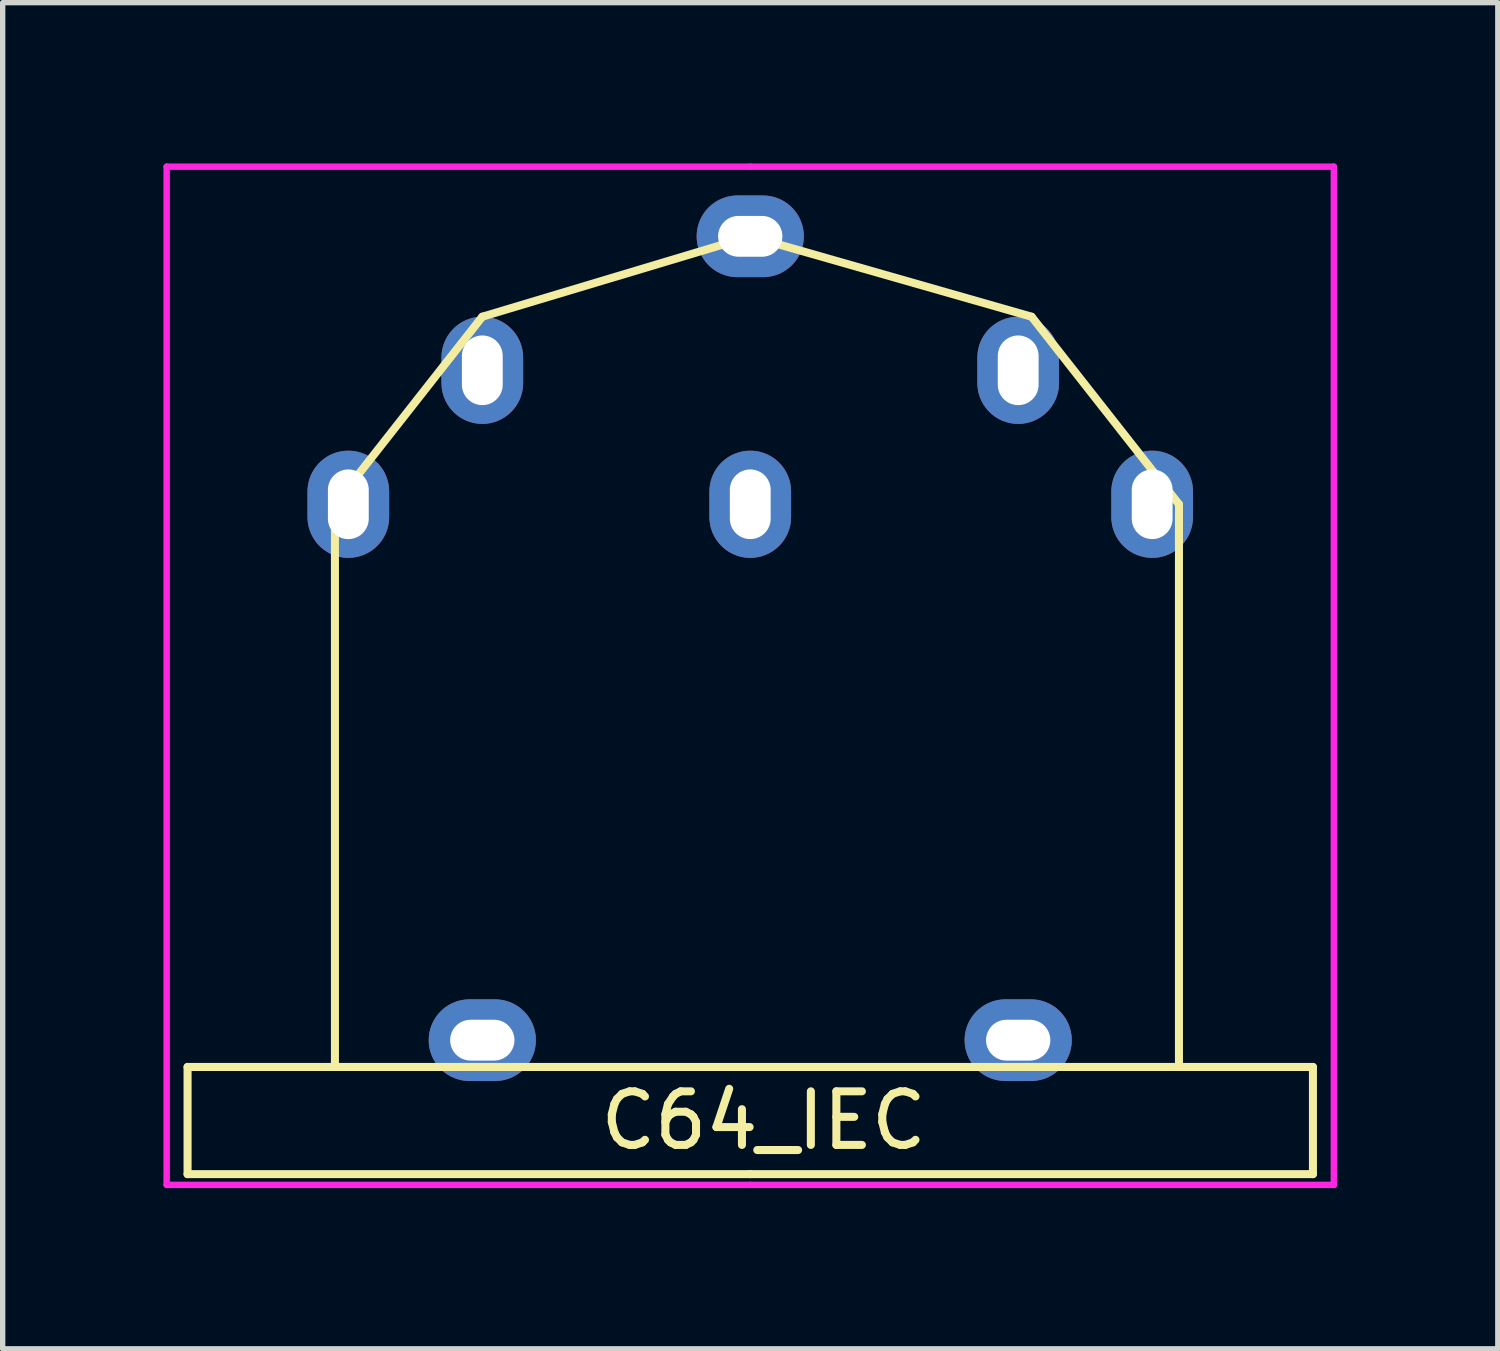
<source format=kicad_pcb>
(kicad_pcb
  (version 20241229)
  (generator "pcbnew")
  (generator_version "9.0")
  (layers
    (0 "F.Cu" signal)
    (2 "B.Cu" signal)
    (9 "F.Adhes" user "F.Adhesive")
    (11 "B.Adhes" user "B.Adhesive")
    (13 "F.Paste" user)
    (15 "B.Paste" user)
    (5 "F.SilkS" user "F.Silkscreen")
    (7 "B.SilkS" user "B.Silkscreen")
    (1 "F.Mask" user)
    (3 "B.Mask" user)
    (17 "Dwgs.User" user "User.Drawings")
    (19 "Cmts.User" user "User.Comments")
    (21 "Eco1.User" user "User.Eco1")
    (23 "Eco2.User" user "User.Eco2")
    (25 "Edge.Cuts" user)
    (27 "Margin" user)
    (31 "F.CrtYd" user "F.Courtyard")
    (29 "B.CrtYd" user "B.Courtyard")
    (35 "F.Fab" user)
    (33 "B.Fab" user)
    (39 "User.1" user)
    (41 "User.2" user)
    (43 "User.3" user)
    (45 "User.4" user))
  (footprint "C64_IEC"
    (layer "F.Cu")
    (at 10.95 6.36)
    (property "Reference" "C64_IEC" (at 0.25 11.5 0) (layer "F.SilkS") (effects (font (size 1 1) (thickness 0.15))))
    (attr through_hole)
    (fp_line (start -10.5 10.5) (end 10.5 10.5) (stroke (width 0.15) (type solid)) (layer "F.SilkS"))
    (fp_line (start -10.5 12.5) (end -10.5 10.5) (stroke (width 0.15) (type solid)) (layer "F.SilkS"))
    (fp_line (start -7.75 0) (end -5 -3.5) (stroke (width 0.15) (type solid)) (layer "F.SilkS"))
    (fp_line (start -7.75 10.5) (end -7.75 0) (stroke (width 0.15) (type solid)) (layer "F.SilkS"))
    (fp_line (start -5 -3.5) (end 0 -5) (stroke (width 0.15) (type solid)) (layer "F.SilkS"))
    (fp_line (start 0 -5) (end 5.25 -3.5) (stroke (width 0.15) (type solid)) (layer "F.SilkS"))
    (fp_line (start 0 12.5) (end -10.5 12.5) (stroke (width 0.15) (type solid)) (layer "F.SilkS"))
    (fp_line (start 0 12.5) (end 10.5 12.5) (stroke (width 0.15) (type solid)) (layer "F.SilkS"))
    (fp_line (start 5.25 -3.5) (end 8 0) (stroke (width 0.15) (type solid)) (layer "F.SilkS"))
    (fp_line (start 8 0) (end 8 10.5) (stroke (width 0.15) (type solid)) (layer "F.SilkS"))
    (fp_line (start 10.5 10.5) (end 10.5 12.5) (stroke (width 0.15) (type solid)) (layer "F.SilkS"))
    (fp_line (start -10.89 12.7) (end -10.89 -6.3) (stroke (width 0.12) (type solid)) (layer "F.CrtYd"))
    (fp_line (start 0 -6.3) (end -10.89 -6.3) (stroke (width 0.12) (type solid)) (layer "F.CrtYd"))
    (fp_line (start 0 -6.3) (end 10.89 -6.3) (stroke (width 0.12) (type solid)) (layer "F.CrtYd"))
    (fp_line (start 0 12.7) (end -10.89 12.7) (stroke (width 0.12) (type solid)) (layer "F.CrtYd"))
    (fp_line (start 0 12.7) (end 10.89 12.7) (stroke (width 0.12) (type solid)) (layer "F.CrtYd"))
    (fp_line (start 10.89 -6.3) (end 10.89 12.7) (stroke (width 0.12) (type solid)) (layer "F.CrtYd"))
    (pad "1" thru_hole oval (at 7.5 0) (size 1.524 2) (drill oval 0.762 1.3) (layers "*.Cu" "*.Mask"))
    (pad "2" thru_hole oval (at 5 -2.5) (size 1.524 2) (drill oval 0.762 1.3) (layers "*.Cu" "*.Mask"))
    (pad "3" thru_hole oval (at 0 0) (size 1.524 2) (drill oval 0.762 1.3) (layers "*.Cu" "*.Mask"))
    (pad "4" thru_hole oval (at -5 -2.5) (size 1.524 2) (drill oval 0.762 1.3) (layers "*.Cu" "*.Mask"))
    (pad "5" thru_hole oval (at -7.5 0) (size 1.524 2) (drill oval 0.762 1.3) (layers "*.Cu" "*.Mask"))
    (pad "6" thru_hole oval (at 0 -5) (size 2 1.524) (drill oval 1.2 0.762) (layers "*.Cu" "*.Mask"))
    (pad "7" thru_hole oval (at -5 10) (size 2 1.524) (drill oval 1.2 0.762) (layers "*.Cu" "*.Mask"))
    (pad "8" thru_hole oval (at 5 10) (size 2 1.524) (drill oval 1.2 0.762) (layers "*.Cu" "*.Mask")))
  (gr_rect
    (start -3 -3)
    (end 24.9 22.12)
    (stroke (width 0.1) (type default))
    (fill no)
    (layer "Edge.Cuts")))
</source>
